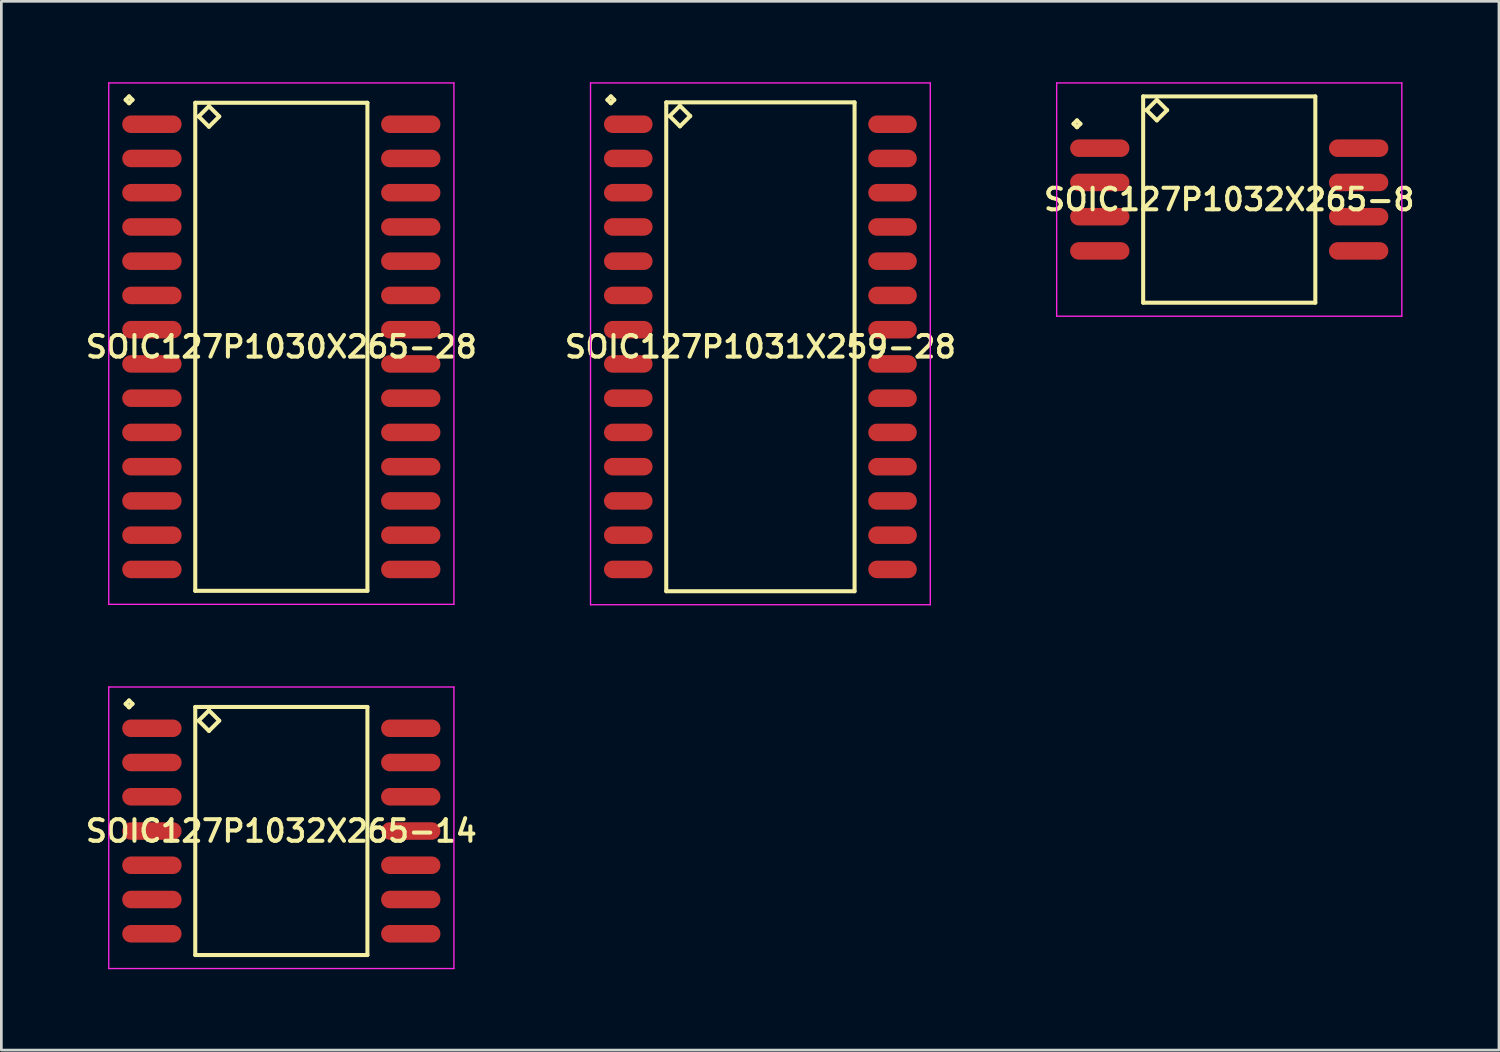
<source format=kicad_pcb>
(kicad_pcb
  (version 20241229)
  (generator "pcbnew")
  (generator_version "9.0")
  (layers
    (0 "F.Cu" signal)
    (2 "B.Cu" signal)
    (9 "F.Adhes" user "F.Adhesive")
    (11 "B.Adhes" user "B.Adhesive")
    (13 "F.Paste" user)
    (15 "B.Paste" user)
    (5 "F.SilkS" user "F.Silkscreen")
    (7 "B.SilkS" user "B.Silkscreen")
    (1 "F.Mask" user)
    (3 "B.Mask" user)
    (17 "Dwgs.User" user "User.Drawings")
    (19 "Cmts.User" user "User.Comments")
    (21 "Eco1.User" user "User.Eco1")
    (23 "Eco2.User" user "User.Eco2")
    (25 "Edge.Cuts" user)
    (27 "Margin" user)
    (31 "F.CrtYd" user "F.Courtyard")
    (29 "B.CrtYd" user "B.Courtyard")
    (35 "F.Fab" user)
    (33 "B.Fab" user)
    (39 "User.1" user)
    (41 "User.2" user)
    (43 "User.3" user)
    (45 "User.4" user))
  (footprint "SOIC127P1030X265-28"
    (layer "F.Cu")
    (at 7.383 9.811)
    (property "Reference" "SOIC127P1030X265-28" (at 0 0 0) (layer "F.SilkS") (effects (font (size 0.8 0.8) (thickness 0.15))))
    (attr smd)
    (fp_line (start -5.773 -9.159) (end -5.646 -9.286) (stroke (width 0.15) (type solid)) (layer "F.SilkS"))
    (fp_line (start -5.646 -9.286) (end -5.519 -9.159) (stroke (width 0.15) (type solid)) (layer "F.SilkS"))
    (fp_line (start -5.646 -9.032) (end -5.773 -9.159) (stroke (width 0.15) (type solid)) (layer "F.SilkS"))
    (fp_line (start -5.519 -9.159) (end -5.646 -9.032) (stroke (width 0.15) (type solid)) (layer "F.SilkS"))
    (fp_line (start -3.192 -9.05) (end -3.192 9.05) (stroke (width 0.15) (type solid)) (layer "F.SilkS"))
    (fp_line (start -3.192 9.05) (end 3.192 9.05) (stroke (width 0.15) (type solid)) (layer "F.SilkS"))
    (fp_line (start -3.065 -8.542) (end -2.684 -8.923) (stroke (width 0.15) (type solid)) (layer "F.SilkS"))
    (fp_line (start -2.684 -8.923) (end -2.303 -8.542) (stroke (width 0.15) (type solid)) (layer "F.SilkS"))
    (fp_line (start -2.684 -8.161) (end -3.065 -8.542) (stroke (width 0.15) (type solid)) (layer "F.SilkS"))
    (fp_line (start -2.303 -8.542) (end -2.684 -8.161) (stroke (width 0.15) (type solid)) (layer "F.SilkS"))
    (fp_line (start 3.192 -9.05) (end -3.192 -9.05) (stroke (width 0.15) (type solid)) (layer "F.SilkS"))
    (fp_line (start 3.192 9.05) (end 3.192 -9.05) (stroke (width 0.15) (type solid)) (layer "F.SilkS"))
    (fp_line (start -6.4 -9.786) (end 6.4 -9.786) (stroke (width 0.05) (type solid)) (layer "F.CrtYd"))
    (fp_line (start -6.4 9.55) (end -6.4 -9.786) (stroke (width 0.05) (type solid)) (layer "F.CrtYd"))
    (fp_line (start 6.4 -9.786) (end 6.4 9.55) (stroke (width 0.05) (type solid)) (layer "F.CrtYd"))
    (fp_line (start 6.4 9.55) (end -6.4 9.55) (stroke (width 0.05) (type solid)) (layer "F.CrtYd"))
    (pad "1" smd oval (at -4.8 -8.255) (size 2.2 0.65) (layers "F.Cu" "F.Mask" "F.Paste"))
    (pad "2" smd oval (at -4.8 -6.985) (size 2.2 0.65) (layers "F.Cu" "F.Mask" "F.Paste"))
    (pad "3" smd oval (at -4.8 -5.715) (size 2.2 0.65) (layers "F.Cu" "F.Mask" "F.Paste"))
    (pad "4" smd oval (at -4.8 -4.445) (size 2.2 0.65) (layers "F.Cu" "F.Mask" "F.Paste"))
    (pad "5" smd oval (at -4.8 -3.175) (size 2.2 0.65) (layers "F.Cu" "F.Mask" "F.Paste"))
    (pad "6" smd oval (at -4.8 -1.905) (size 2.2 0.65) (layers "F.Cu" "F.Mask" "F.Paste"))
    (pad "7" smd oval (at -4.8 -0.635) (size 2.2 0.65) (layers "F.Cu" "F.Mask" "F.Paste"))
    (pad "8" smd oval (at -4.8 0.635) (size 2.2 0.65) (layers "F.Cu" "F.Mask" "F.Paste"))
    (pad "9" smd oval (at -4.8 1.905) (size 2.2 0.65) (layers "F.Cu" "F.Mask" "F.Paste"))
    (pad "10" smd oval (at -4.8 3.175) (size 2.2 0.65) (layers "F.Cu" "F.Mask" "F.Paste"))
    (pad "11" smd oval (at -4.8 4.445) (size 2.2 0.65) (layers "F.Cu" "F.Mask" "F.Paste"))
    (pad "12" smd oval (at -4.8 5.715) (size 2.2 0.65) (layers "F.Cu" "F.Mask" "F.Paste"))
    (pad "13" smd oval (at -4.8 6.985) (size 2.2 0.65) (layers "F.Cu" "F.Mask" "F.Paste"))
    (pad "14" smd oval (at -4.8 8.255) (size 2.2 0.65) (layers "F.Cu" "F.Mask" "F.Paste"))
    (pad "15" smd oval (at 4.8 8.255) (size 2.2 0.65) (layers "F.Cu" "F.Mask" "F.Paste"))
    (pad "16" smd oval (at 4.8 6.985) (size 2.2 0.65) (layers "F.Cu" "F.Mask" "F.Paste"))
    (pad "17" smd oval (at 4.8 5.715) (size 2.2 0.65) (layers "F.Cu" "F.Mask" "F.Paste"))
    (pad "18" smd oval (at 4.8 4.445) (size 2.2 0.65) (layers "F.Cu" "F.Mask" "F.Paste"))
    (pad "19" smd oval (at 4.8 3.175) (size 2.2 0.65) (layers "F.Cu" "F.Mask" "F.Paste"))
    (pad "20" smd oval (at 4.8 1.905) (size 2.2 0.65) (layers "F.Cu" "F.Mask" "F.Paste"))
    (pad "21" smd oval (at 4.8 0.635) (size 2.2 0.65) (layers "F.Cu" "F.Mask" "F.Paste"))
    (pad "22" smd oval (at 4.8 -0.635) (size 2.2 0.65) (layers "F.Cu" "F.Mask" "F.Paste"))
    (pad "23" smd oval (at 4.8 -1.905) (size 2.2 0.65) (layers "F.Cu" "F.Mask" "F.Paste"))
    (pad "24" smd oval (at 4.8 -3.175) (size 2.2 0.65) (layers "F.Cu" "F.Mask" "F.Paste"))
    (pad "25" smd oval (at 4.8 -4.445) (size 2.2 0.65) (layers "F.Cu" "F.Mask" "F.Paste"))
    (pad "26" smd oval (at 4.8 -5.715) (size 2.2 0.65) (layers "F.Cu" "F.Mask" "F.Paste"))
    (pad "27" smd oval (at 4.8 -6.985) (size 2.2 0.65) (layers "F.Cu" "F.Mask" "F.Paste"))
    (pad "28" smd oval (at 4.8 -8.255) (size 2.2 0.65) (layers "F.Cu" "F.Mask" "F.Paste")))
  (footprint "SOIC127P1031X259-28"
    (layer "F.Cu")
    (at 25.149 9.811)
    (property "Reference" "SOIC127P1031X259-28" (at 0 0 0) (layer "F.SilkS") (effects (font (size 0.8 0.8) (thickness 0.15))))
    (attr smd)
    (fp_line (start -5.673 -9.159) (end -5.546 -9.286) (stroke (width 0.15) (type solid)) (layer "F.SilkS"))
    (fp_line (start -5.546 -9.286) (end -5.419 -9.159) (stroke (width 0.15) (type solid)) (layer "F.SilkS"))
    (fp_line (start -5.546 -9.032) (end -5.673 -9.159) (stroke (width 0.15) (type solid)) (layer "F.SilkS"))
    (fp_line (start -5.419 -9.159) (end -5.546 -9.032) (stroke (width 0.15) (type solid)) (layer "F.SilkS"))
    (fp_line (start -3.492 -9.065) (end -3.492 9.065) (stroke (width 0.15) (type solid)) (layer "F.SilkS"))
    (fp_line (start -3.492 9.065) (end 3.492 9.065) (stroke (width 0.15) (type solid)) (layer "F.SilkS"))
    (fp_line (start -3.365 -8.557) (end -2.984 -8.938) (stroke (width 0.15) (type solid)) (layer "F.SilkS"))
    (fp_line (start -2.984 -8.938) (end -2.603 -8.557) (stroke (width 0.15) (type solid)) (layer "F.SilkS"))
    (fp_line (start -2.984 -8.176) (end -3.365 -8.557) (stroke (width 0.15) (type solid)) (layer "F.SilkS"))
    (fp_line (start -2.603 -8.557) (end -2.984 -8.176) (stroke (width 0.15) (type solid)) (layer "F.SilkS"))
    (fp_line (start 3.492 -9.065) (end -3.492 -9.065) (stroke (width 0.15) (type solid)) (layer "F.SilkS"))
    (fp_line (start 3.492 9.065) (end 3.492 -9.065) (stroke (width 0.15) (type solid)) (layer "F.SilkS"))
    (fp_line (start -6.3 -9.786) (end 6.3 -9.786) (stroke (width 0.05) (type solid)) (layer "F.CrtYd"))
    (fp_line (start -6.3 9.565) (end -6.3 -9.786) (stroke (width 0.05) (type solid)) (layer "F.CrtYd"))
    (fp_line (start 6.3 -9.786) (end 6.3 9.565) (stroke (width 0.05) (type solid)) (layer "F.CrtYd"))
    (fp_line (start 6.3 9.565) (end -6.3 9.565) (stroke (width 0.05) (type solid)) (layer "F.CrtYd"))
    (pad "1" smd oval (at -4.9 -8.255) (size 1.8 0.65) (layers "F.Cu" "F.Mask" "F.Paste"))
    (pad "2" smd oval (at -4.9 -6.985) (size 1.8 0.65) (layers "F.Cu" "F.Mask" "F.Paste"))
    (pad "3" smd oval (at -4.9 -5.715) (size 1.8 0.65) (layers "F.Cu" "F.Mask" "F.Paste"))
    (pad "4" smd oval (at -4.9 -4.445) (size 1.8 0.65) (layers "F.Cu" "F.Mask" "F.Paste"))
    (pad "5" smd oval (at -4.9 -3.175) (size 1.8 0.65) (layers "F.Cu" "F.Mask" "F.Paste"))
    (pad "6" smd oval (at -4.9 -1.905) (size 1.8 0.65) (layers "F.Cu" "F.Mask" "F.Paste"))
    (pad "7" smd oval (at -4.9 -0.635) (size 1.8 0.65) (layers "F.Cu" "F.Mask" "F.Paste"))
    (pad "8" smd oval (at -4.9 0.635) (size 1.8 0.65) (layers "F.Cu" "F.Mask" "F.Paste"))
    (pad "9" smd oval (at -4.9 1.905) (size 1.8 0.65) (layers "F.Cu" "F.Mask" "F.Paste"))
    (pad "10" smd oval (at -4.9 3.175) (size 1.8 0.65) (layers "F.Cu" "F.Mask" "F.Paste"))
    (pad "11" smd oval (at -4.9 4.445) (size 1.8 0.65) (layers "F.Cu" "F.Mask" "F.Paste"))
    (pad "12" smd oval (at -4.9 5.715) (size 1.8 0.65) (layers "F.Cu" "F.Mask" "F.Paste"))
    (pad "13" smd oval (at -4.9 6.985) (size 1.8 0.65) (layers "F.Cu" "F.Mask" "F.Paste"))
    (pad "14" smd oval (at -4.9 8.255) (size 1.8 0.65) (layers "F.Cu" "F.Mask" "F.Paste"))
    (pad "15" smd oval (at 4.9 8.255) (size 1.8 0.65) (layers "F.Cu" "F.Mask" "F.Paste"))
    (pad "16" smd oval (at 4.9 6.985) (size 1.8 0.65) (layers "F.Cu" "F.Mask" "F.Paste"))
    (pad "17" smd oval (at 4.9 5.715) (size 1.8 0.65) (layers "F.Cu" "F.Mask" "F.Paste"))
    (pad "18" smd oval (at 4.9 4.445) (size 1.8 0.65) (layers "F.Cu" "F.Mask" "F.Paste"))
    (pad "19" smd oval (at 4.9 3.175) (size 1.8 0.65) (layers "F.Cu" "F.Mask" "F.Paste"))
    (pad "20" smd oval (at 4.9 1.905) (size 1.8 0.65) (layers "F.Cu" "F.Mask" "F.Paste"))
    (pad "21" smd oval (at 4.9 0.635) (size 1.8 0.65) (layers "F.Cu" "F.Mask" "F.Paste"))
    (pad "22" smd oval (at 4.9 -0.635) (size 1.8 0.65) (layers "F.Cu" "F.Mask" "F.Paste"))
    (pad "23" smd oval (at 4.9 -1.905) (size 1.8 0.65) (layers "F.Cu" "F.Mask" "F.Paste"))
    (pad "24" smd oval (at 4.9 -3.175) (size 1.8 0.65) (layers "F.Cu" "F.Mask" "F.Paste"))
    (pad "25" smd oval (at 4.9 -4.445) (size 1.8 0.65) (layers "F.Cu" "F.Mask" "F.Paste"))
    (pad "26" smd oval (at 4.9 -5.715) (size 1.8 0.65) (layers "F.Cu" "F.Mask" "F.Paste"))
    (pad "27" smd oval (at 4.9 -6.985) (size 1.8 0.65) (layers "F.Cu" "F.Mask" "F.Paste"))
    (pad "28" smd oval (at 4.9 -8.255) (size 1.8 0.65) (layers "F.Cu" "F.Mask" "F.Paste")))
  (footprint "SOIC127P1032X265-14"
    (layer "F.Cu")
    (at 7.383 27.767)
    (property "Reference" "SOIC127P1032X265-14" (at 0 0 0) (layer "F.SilkS") (effects (font (size 0.8 0.8) (thickness 0.15))))
    (attr smd)
    (fp_line (start -5.773 -4.714) (end -5.646 -4.841) (stroke (width 0.15) (type solid)) (layer "F.SilkS"))
    (fp_line (start -5.646 -4.841) (end -5.519 -4.714) (stroke (width 0.15) (type solid)) (layer "F.SilkS"))
    (fp_line (start -5.646 -4.587) (end -5.773 -4.714) (stroke (width 0.15) (type solid)) (layer "F.SilkS"))
    (fp_line (start -5.519 -4.714) (end -5.646 -4.587) (stroke (width 0.15) (type solid)) (layer "F.SilkS"))
    (fp_line (start -3.192 -4.6) (end -3.192 4.6) (stroke (width 0.15) (type solid)) (layer "F.SilkS"))
    (fp_line (start -3.192 4.6) (end 3.192 4.6) (stroke (width 0.15) (type solid)) (layer "F.SilkS"))
    (fp_line (start -3.065 -4.092) (end -2.684 -4.473) (stroke (width 0.15) (type solid)) (layer "F.SilkS"))
    (fp_line (start -2.684 -4.473) (end -2.303 -4.092) (stroke (width 0.15) (type solid)) (layer "F.SilkS"))
    (fp_line (start -2.684 -3.711) (end -3.065 -4.092) (stroke (width 0.15) (type solid)) (layer "F.SilkS"))
    (fp_line (start -2.303 -4.092) (end -2.684 -3.711) (stroke (width 0.15) (type solid)) (layer "F.SilkS"))
    (fp_line (start 3.192 -4.6) (end -3.192 -4.6) (stroke (width 0.15) (type solid)) (layer "F.SilkS"))
    (fp_line (start 3.192 4.6) (end 3.192 -4.6) (stroke (width 0.15) (type solid)) (layer "F.SilkS"))
    (fp_line (start -6.4 -5.341) (end 6.4 -5.341) (stroke (width 0.05) (type solid)) (layer "F.CrtYd"))
    (fp_line (start -6.4 5.1) (end -6.4 -5.341) (stroke (width 0.05) (type solid)) (layer "F.CrtYd"))
    (fp_line (start 6.4 -5.341) (end 6.4 5.1) (stroke (width 0.05) (type solid)) (layer "F.CrtYd"))
    (fp_line (start 6.4 5.1) (end -6.4 5.1) (stroke (width 0.05) (type solid)) (layer "F.CrtYd"))
    (pad "1" smd oval (at -4.8 -3.81) (size 2.2 0.65) (layers "F.Cu" "F.Mask" "F.Paste"))
    (pad "2" smd oval (at -4.8 -2.54) (size 2.2 0.65) (layers "F.Cu" "F.Mask" "F.Paste"))
    (pad "3" smd oval (at -4.8 -1.27) (size 2.2 0.65) (layers "F.Cu" "F.Mask" "F.Paste"))
    (pad "4" smd oval (at -4.8 0) (size 2.2 0.65) (layers "F.Cu" "F.Mask" "F.Paste"))
    (pad "5" smd oval (at -4.8 1.27) (size 2.2 0.65) (layers "F.Cu" "F.Mask" "F.Paste"))
    (pad "6" smd oval (at -4.8 2.54) (size 2.2 0.65) (layers "F.Cu" "F.Mask" "F.Paste"))
    (pad "7" smd oval (at -4.8 3.81) (size 2.2 0.65) (layers "F.Cu" "F.Mask" "F.Paste"))
    (pad "8" smd oval (at 4.8 3.81) (size 2.2 0.65) (layers "F.Cu" "F.Mask" "F.Paste"))
    (pad "9" smd oval (at 4.8 2.54) (size 2.2 0.65) (layers "F.Cu" "F.Mask" "F.Paste"))
    (pad "10" smd oval (at 4.8 1.27) (size 2.2 0.65) (layers "F.Cu" "F.Mask" "F.Paste"))
    (pad "11" smd oval (at 4.8 0) (size 2.2 0.65) (layers "F.Cu" "F.Mask" "F.Paste"))
    (pad "12" smd oval (at 4.8 -1.27) (size 2.2 0.65) (layers "F.Cu" "F.Mask" "F.Paste"))
    (pad "13" smd oval (at 4.8 -2.54) (size 2.2 0.65) (layers "F.Cu" "F.Mask" "F.Paste"))
    (pad "14" smd oval (at 4.8 -3.81) (size 2.2 0.65) (layers "F.Cu" "F.Mask" "F.Paste")))
  (footprint "SOIC127P1032X265-8"
    (layer "F.Cu")
    (at 42.535 4.35)
    (property "Reference" "SOIC127P1032X265-8" (at 0 0 0) (layer "F.SilkS") (effects (font (size 0.8 0.8) (thickness 0.15))))
    (attr smd)
    (fp_line (start -5.773 -2.809) (end -5.646 -2.936) (stroke (width 0.15) (type solid)) (layer "F.SilkS"))
    (fp_line (start -5.646 -2.936) (end -5.519 -2.809) (stroke (width 0.15) (type solid)) (layer "F.SilkS"))
    (fp_line (start -5.646 -2.682) (end -5.773 -2.809) (stroke (width 0.15) (type solid)) (layer "F.SilkS"))
    (fp_line (start -5.519 -2.809) (end -5.646 -2.682) (stroke (width 0.15) (type solid)) (layer "F.SilkS"))
    (fp_line (start -3.192 -3.825) (end -3.192 3.825) (stroke (width 0.15) (type solid)) (layer "F.SilkS"))
    (fp_line (start -3.192 3.825) (end 3.192 3.825) (stroke (width 0.15) (type solid)) (layer "F.SilkS"))
    (fp_line (start -3.065 -3.317) (end -2.684 -3.698) (stroke (width 0.15) (type solid)) (layer "F.SilkS"))
    (fp_line (start -2.684 -3.698) (end -2.303 -3.317) (stroke (width 0.15) (type solid)) (layer "F.SilkS"))
    (fp_line (start -2.684 -2.936) (end -3.065 -3.317) (stroke (width 0.15) (type solid)) (layer "F.SilkS"))
    (fp_line (start -2.303 -3.317) (end -2.684 -2.936) (stroke (width 0.15) (type solid)) (layer "F.SilkS"))
    (fp_line (start 3.192 -3.825) (end -3.192 -3.825) (stroke (width 0.15) (type solid)) (layer "F.SilkS"))
    (fp_line (start 3.192 3.825) (end 3.192 -3.825) (stroke (width 0.15) (type solid)) (layer "F.SilkS"))
    (fp_line (start -6.4 -4.325) (end 6.4 -4.325) (stroke (width 0.05) (type solid)) (layer "F.CrtYd"))
    (fp_line (start -6.4 4.325) (end -6.4 -4.325) (stroke (width 0.05) (type solid)) (layer "F.CrtYd"))
    (fp_line (start 6.4 -4.325) (end 6.4 4.325) (stroke (width 0.05) (type solid)) (layer "F.CrtYd"))
    (fp_line (start 6.4 4.325) (end -6.4 4.325) (stroke (width 0.05) (type solid)) (layer "F.CrtYd"))
    (pad "1" smd oval (at -4.8 -1.905) (size 2.2 0.65) (layers "F.Cu" "F.Mask" "F.Paste"))
    (pad "2" smd oval (at -4.8 -0.635) (size 2.2 0.65) (layers "F.Cu" "F.Mask" "F.Paste"))
    (pad "3" smd oval (at -4.8 0.635) (size 2.2 0.65) (layers "F.Cu" "F.Mask" "F.Paste"))
    (pad "4" smd oval (at -4.8 1.905) (size 2.2 0.65) (layers "F.Cu" "F.Mask" "F.Paste"))
    (pad "5" smd oval (at 4.8 1.905) (size 2.2 0.65) (layers "F.Cu" "F.Mask" "F.Paste"))
    (pad "6" smd oval (at 4.8 0.635) (size 2.2 0.65) (layers "F.Cu" "F.Mask" "F.Paste"))
    (pad "7" smd oval (at 4.8 -0.635) (size 2.2 0.65) (layers "F.Cu" "F.Mask" "F.Paste"))
    (pad "8" smd oval (at 4.8 -1.905) (size 2.2 0.65) (layers "F.Cu" "F.Mask" "F.Paste")))
  (gr_rect
    (start -3 -3)
    (end 52.537 35.892)
    (stroke (width 0.1) (type default))
    (fill no)
    (layer "Edge.Cuts")))
</source>
